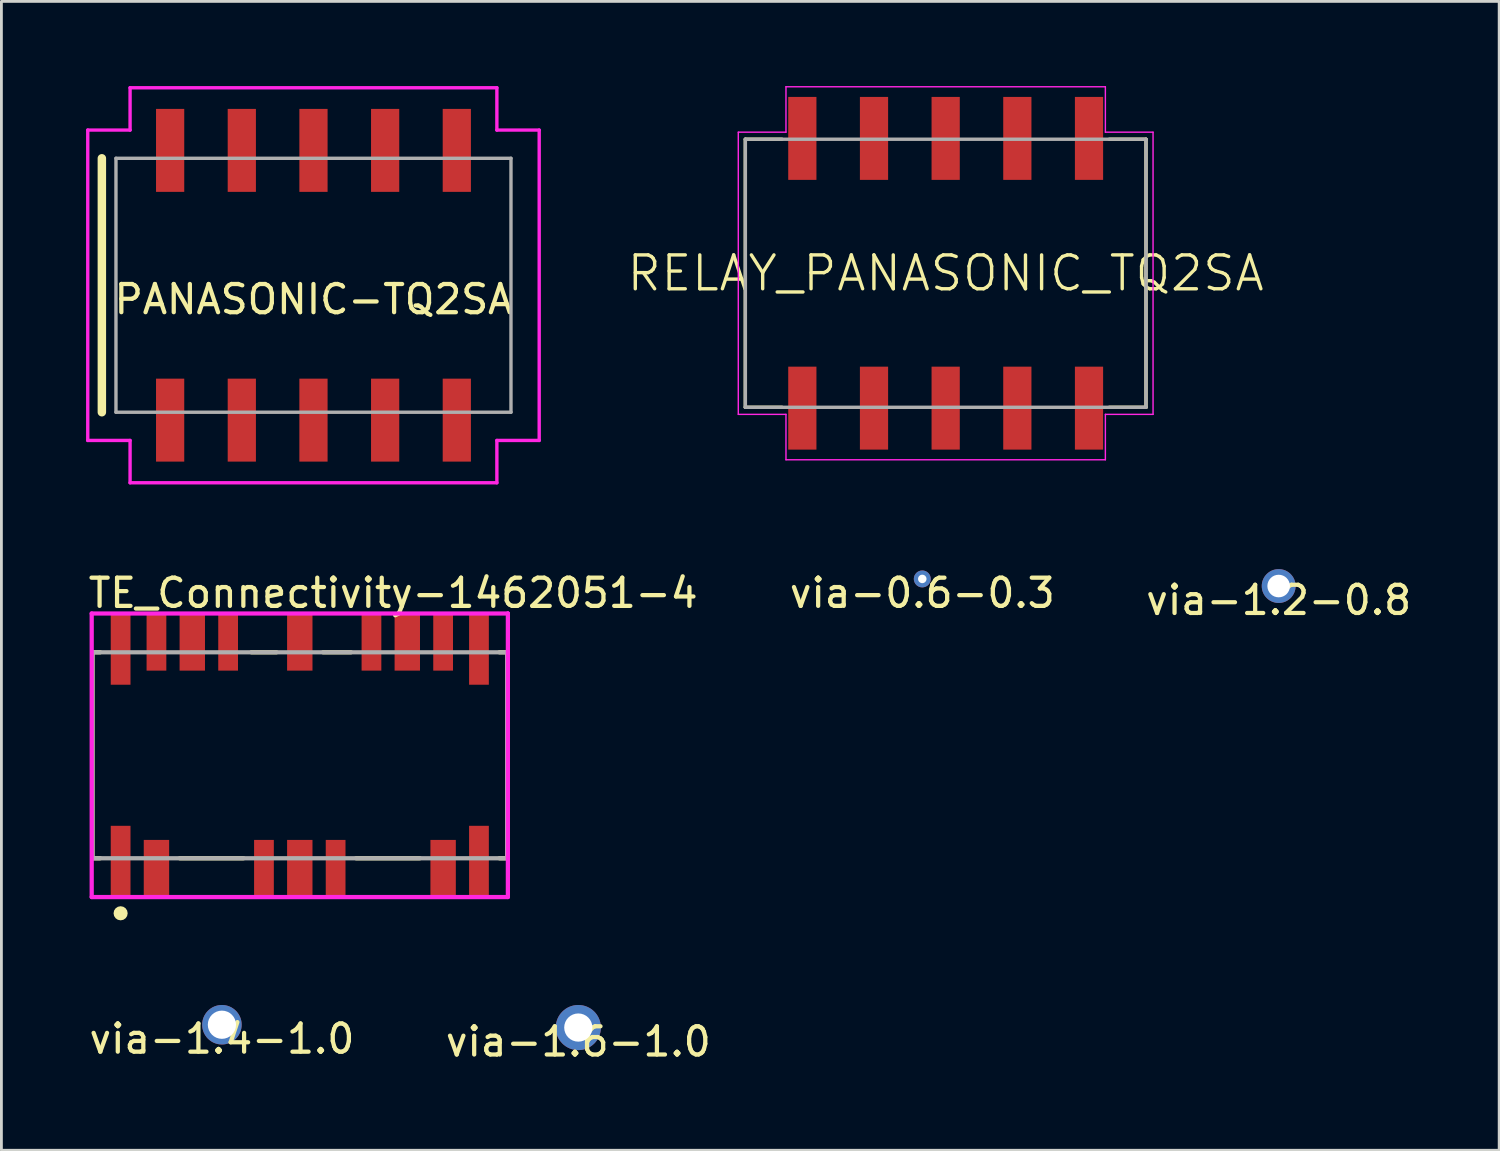
<source format=kicad_pcb>
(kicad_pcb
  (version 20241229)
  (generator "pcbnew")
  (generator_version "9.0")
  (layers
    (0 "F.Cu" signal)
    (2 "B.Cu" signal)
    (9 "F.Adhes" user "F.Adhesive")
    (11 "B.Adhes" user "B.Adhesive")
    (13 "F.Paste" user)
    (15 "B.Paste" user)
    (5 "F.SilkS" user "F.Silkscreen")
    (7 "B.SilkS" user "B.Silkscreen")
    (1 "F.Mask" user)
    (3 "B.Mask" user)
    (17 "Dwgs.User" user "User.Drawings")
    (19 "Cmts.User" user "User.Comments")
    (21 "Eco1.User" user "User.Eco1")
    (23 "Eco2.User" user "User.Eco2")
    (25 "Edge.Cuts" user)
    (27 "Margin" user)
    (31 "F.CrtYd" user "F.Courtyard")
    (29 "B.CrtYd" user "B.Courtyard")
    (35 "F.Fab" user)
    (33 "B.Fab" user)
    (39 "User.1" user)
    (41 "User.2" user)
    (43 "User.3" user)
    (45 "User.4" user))
  (footprint "via-1.6-1.0"
    (layer "F.Cu")
    (at 17.446 33.368)
    (property "Reference" "via-1.6-1.0" (at 0 0.5 0) (layer "F.SilkS") (effects (font (size 1 1) (thickness 0.15))))
    (attr through_hole)
    (pad "1" thru_hole circle (at 0 0) (size 1.6 1.6) (drill 1) (layers "*.Cu" "*.Mask")))
  (footprint "via-0.6-0.3"
    (layer "F.Cu")
    (at 29.637 17.468)
    (property "Reference" "via-0.6-0.3" (at 0 0.5 0) (layer "F.SilkS") (effects (font (size 1 1) (thickness 0.15))))
    (attr through_hole)
    (pad "1" thru_hole circle (at 0 0) (size 0.6 0.6) (drill 0.3) (layers "*.Cu" "*.Mask")))
  (footprint "via-1.2-0.8"
    (layer "F.Cu")
    (at 42.268 17.72)
    (property "Reference" "via-1.2-0.8" (at 0 0.5 0) (layer "F.SilkS") (effects (font (size 1 1) (thickness 0.15))))
    (attr through_hole)
    (pad "1" thru_hole circle (at 0 0) (size 1.2 1.2) (drill 0.8) (layers "*.Cu" "*.Mask")))
  (footprint "TE_Connectivity-1462051-4"
    (layer "F.Cu")
    (at 7.575 23.718)
    (property "Reference" "TE_Connectivity-1462051-4" (at -7.575 -5.75 0) (layer "F.SilkS") (effects (font (size 1 1) (thickness 0.15)) (justify left)))
    (attr through_hole)
    (fp_line (start -7.35 -3.65) (end -7.075 -3.65) (stroke (width 0.15) (type solid)) (layer "F.SilkS"))
    (fp_line (start -7.35 3.65) (end -7.35 -3.65) (stroke (width 0.15) (type solid)) (layer "F.SilkS"))
    (fp_line (start -7.35 3.65) (end -7.075 3.65) (stroke (width 0.15) (type solid)) (layer "F.SilkS"))
    (fp_line (start -4.255 3.65) (end -1.995 3.65) (stroke (width 0.15) (type solid)) (layer "F.SilkS"))
    (fp_line (start -1.715 -3.65) (end -0.825 -3.65) (stroke (width 0.15) (type solid)) (layer "F.SilkS"))
    (fp_line (start 0.825 -3.65) (end 1.815 -3.65) (stroke (width 0.15) (type solid)) (layer "F.SilkS"))
    (fp_line (start 1.995 3.65) (end 4.255 3.65) (stroke (width 0.15) (type solid)) (layer "F.SilkS"))
    (fp_line (start 7.075 -3.65) (end 7.35 -3.65) (stroke (width 0.15) (type solid)) (layer "F.SilkS"))
    (fp_line (start 7.075 3.65) (end 7.35 3.65) (stroke (width 0.15) (type solid)) (layer "F.SilkS"))
    (fp_line (start 7.35 3.65) (end 7.35 -3.65) (stroke (width 0.15) (type solid)) (layer "F.SilkS"))
    (fp_circle (center -6.35 5.6) (end -6.225 5.6) (stroke (width 0.25) (type solid)) (fill no) (layer "F.SilkS"))
    (fp_line (start -7.375 -5.025) (end -7.375 5.025) (stroke (width 0.15) (type solid)) (layer "F.CrtYd"))
    (fp_line (start -7.375 5.025) (end 7.375 5.025) (stroke (width 0.15) (type solid)) (layer "F.CrtYd"))
    (fp_line (start 7.375 -5.025) (end -7.375 -5.025) (stroke (width 0.15) (type solid)) (layer "F.CrtYd"))
    (fp_line (start 7.375 -5.025) (end 7.375 -5.025) (stroke (width 0.15) (type solid)) (layer "F.CrtYd"))
    (fp_line (start 7.375 5.025) (end 7.375 -5.025) (stroke (width 0.15) (type solid)) (layer "F.CrtYd"))
    (fp_line (start -7.35 -3.65) (end 7.35 -3.65) (stroke (width 0.15) (type solid)) (layer "F.Fab"))
    (fp_line (start -7.35 3.65) (end -7.35 -3.65) (stroke (width 0.15) (type solid)) (layer "F.Fab"))
    (fp_line (start 7.35 -3.65) (end 7.35 3.65) (stroke (width 0.15) (type solid)) (layer "F.Fab"))
    (fp_line (start 7.35 3.65) (end -7.35 3.65) (stroke (width 0.15) (type solid)) (layer "F.Fab"))
    (pad "1" smd rect (at -6.35 3.75) (size 0.7 2.5) (layers "F.Cu" "F.Mask" "F.Paste"))
    (pad "2" smd rect (at -5.08 4) (size 0.9 2) (layers "F.Cu" "F.Mask" "F.Paste"))
    (pad "5" smd rect (at -1.27 4) (size 0.7 2) (layers "F.Cu" "F.Mask" "F.Paste"))
    (pad "6" smd rect (at 0 4) (size 0.9 2) (layers "F.Cu" "F.Mask" "F.Paste"))
    (pad "7" smd rect (at 1.27 4) (size 0.7 2) (layers "F.Cu" "F.Mask" "F.Paste"))
    (pad "10" smd rect (at 5.08 4) (size 0.9 2) (layers "F.Cu" "F.Mask" "F.Paste"))
    (pad "11" smd rect (at 6.35 3.75) (size 0.7 2.5) (layers "F.Cu" "F.Mask" "F.Paste"))
    (pad "12" smd rect (at 6.35 -3.75) (size 0.7 2.5) (layers "F.Cu" "F.Mask" "F.Paste"))
    (pad "13" smd rect (at 5.08 -4) (size 0.7 2) (layers "F.Cu" "F.Mask" "F.Paste"))
    (pad "14" smd rect (at 3.81 -4) (size 0.9 2) (layers "F.Cu" "F.Mask" "F.Paste"))
    (pad "15" smd rect (at 2.54 -4) (size 0.7 2) (layers "F.Cu" "F.Mask" "F.Paste"))
    (pad "17" smd rect (at 0 -4) (size 0.9 2) (layers "F.Cu" "F.Mask" "F.Paste"))
    (pad "19" smd rect (at -2.54 -4) (size 0.7 2) (layers "F.Cu" "F.Mask" "F.Paste"))
    (pad "20" smd rect (at -3.81 -4) (size 0.9 2) (layers "F.Cu" "F.Mask" "F.Paste"))
    (pad "21" smd rect (at -5.08 -4) (size 0.7 2) (layers "F.Cu" "F.Mask" "F.Paste"))
    (pad "22" smd rect (at -6.35 -3.75) (size 0.7 2.5) (layers "F.Cu" "F.Mask" "F.Paste")))
  (footprint "RELAY_PANASONIC_TQ2SA"
    (layer "F.Cu")
    (at 30.466 6.635)
    (property "Reference" "RELAY_PANASONIC_TQ2SA" (at 0 0 0) (layer "F.SilkS") (effects (font (size 1.2 1.2) (thickness 0.12))))
    (attr smd)
    (fp_line (start -7.1 -4.75) (end -5.8 -4.75) (stroke (width 0.12) (type solid)) (layer "F.SilkS"))
    (fp_line (start -7.1 4.75) (end -7.1 -4.75) (stroke (width 0.12) (type solid)) (layer "F.SilkS"))
    (fp_line (start -5.8 4.75) (end -7.1 4.75) (stroke (width 0.12) (type solid)) (layer "F.SilkS"))
    (fp_line (start 5.8 4.75) (end 7.1 4.75) (stroke (width 0.12) (type solid)) (layer "F.SilkS"))
    (fp_line (start 7.1 -4.75) (end 5.8 -4.75) (stroke (width 0.12) (type solid)) (layer "F.SilkS"))
    (fp_line (start 7.1 4.75) (end 7.1 -4.75) (stroke (width 0.12) (type solid)) (layer "F.SilkS"))
    (fp_line (start -7.35 -5) (end -7.35 5) (stroke (width 0.05) (type solid)) (layer "F.CrtYd"))
    (fp_line (start -7.35 5) (end -5.66 5) (stroke (width 0.05) (type solid)) (layer "F.CrtYd"))
    (fp_line (start -5.66 -6.61) (end -5.66 -5) (stroke (width 0.05) (type solid)) (layer "F.CrtYd"))
    (fp_line (start -5.66 -5) (end -7.35 -5) (stroke (width 0.05) (type solid)) (layer "F.CrtYd"))
    (fp_line (start -5.66 5) (end -5.66 6.61) (stroke (width 0.05) (type solid)) (layer "F.CrtYd"))
    (fp_line (start -5.66 6.61) (end 5.66 6.61) (stroke (width 0.05) (type solid)) (layer "F.CrtYd"))
    (fp_line (start 5.66 -6.61) (end -5.66 -6.61) (stroke (width 0.05) (type solid)) (layer "F.CrtYd"))
    (fp_line (start 5.66 -5) (end 5.66 -6.61) (stroke (width 0.05) (type solid)) (layer "F.CrtYd"))
    (fp_line (start 5.66 5) (end 7.35 5) (stroke (width 0.05) (type solid)) (layer "F.CrtYd"))
    (fp_line (start 5.66 6.61) (end 5.66 5) (stroke (width 0.05) (type solid)) (layer "F.CrtYd"))
    (fp_line (start 7.35 -5) (end 5.66 -5) (stroke (width 0.05) (type solid)) (layer "F.CrtYd"))
    (fp_line (start 7.35 5) (end 7.35 -5) (stroke (width 0.05) (type solid)) (layer "F.CrtYd"))
    (fp_line (start -7.1 -4.75) (end 7.1 -4.75) (stroke (width 0.12) (type solid)) (layer "F.Fab"))
    (fp_line (start -7.1 4.75) (end -7.1 -4.75) (stroke (width 0.12) (type solid)) (layer "F.Fab"))
    (fp_line (start 7.1 -4.75) (end 7.1 4.75) (stroke (width 0.12) (type solid)) (layer "F.Fab"))
    (fp_line (start 7.1 4.75) (end -7.1 4.75) (stroke (width 0.12) (type solid)) (layer "F.Fab"))
    (pad "1" smd rect (at -5.08 4.78 90) (size 2.94 1) (layers "F.Cu" "F.Mask" "F.Paste"))
    (pad "2" smd rect (at -2.54 4.78 90) (size 2.94 1) (layers "F.Cu" "F.Mask" "F.Paste"))
    (pad "3" smd rect (at 0 4.78 90) (size 2.94 1) (layers "F.Cu" "F.Mask" "F.Paste"))
    (pad "4" smd rect (at 2.54 4.78 90) (size 2.94 1) (layers "F.Cu" "F.Mask" "F.Paste"))
    (pad "5" smd rect (at 5.08 4.78 90) (size 2.94 1) (layers "F.Cu" "F.Mask" "F.Paste"))
    (pad "6" smd rect (at 5.08 -4.78 90) (size 2.94 1) (layers "F.Cu" "F.Mask" "F.Paste"))
    (pad "7" smd rect (at 2.54 -4.78 90) (size 2.94 1) (layers "F.Cu" "F.Mask" "F.Paste"))
    (pad "8" smd rect (at 0 -4.78 90) (size 2.94 1) (layers "F.Cu" "F.Mask" "F.Paste"))
    (pad "9" smd rect (at -2.54 -4.78 90) (size 2.94 1) (layers "F.Cu" "F.Mask" "F.Paste"))
    (pad "10" smd rect (at -5.08 -4.78 90) (size 2.94 1) (layers "F.Cu" "F.Mask" "F.Paste")))
  (footprint "via-1.4-1.0"
    (layer "F.Cu")
    (at 4.815 33.268)
    (property "Reference" "via-1.4-1.0" (at 0 0.5 0) (layer "F.SilkS") (effects (font (size 1 1) (thickness 0.15))))
    (attr through_hole)
    (pad "1" thru_hole circle (at 0 0) (size 1.4 1.4) (drill 1) (layers "*.Cu" "*.Mask")))
  (footprint "PANASONIC-TQ2SA"
    (layer "F.Cu")
    (at 8.06 7.06)
    (property "Reference" "PANASONIC-TQ2SA" (at 0 0.5 0) (layer "F.SilkS") (effects (font (size 1 1) (thickness 0.15))))
    (attr through_hole)
    (fp_line (start -7.5 -4.5) (end -7.5 4.5) (stroke (width 0.3) (type solid)) (layer "F.SilkS"))
    (fp_line (start -8 -5.5) (end -8 5.5) (stroke (width 0.12) (type solid)) (layer "F.CrtYd"))
    (fp_line (start -8 -5.5) (end -6.5 -5.5) (stroke (width 0.12) (type solid)) (layer "F.CrtYd"))
    (fp_line (start -8 5.5) (end -6.5 5.5) (stroke (width 0.12) (type solid)) (layer "F.CrtYd"))
    (fp_line (start -6.5 -5.5) (end -6.5 -7) (stroke (width 0.12) (type solid)) (layer "F.CrtYd"))
    (fp_line (start -6.5 5.5) (end -6.5 7) (stroke (width 0.12) (type solid)) (layer "F.CrtYd"))
    (fp_line (start -6.5 7) (end 6.5 7) (stroke (width 0.12) (type solid)) (layer "F.CrtYd"))
    (fp_line (start 6.5 -7) (end -6.5 -7) (stroke (width 0.12) (type solid)) (layer "F.CrtYd"))
    (fp_line (start 6.5 -7) (end 6.5 -5.5) (stroke (width 0.12) (type solid)) (layer "F.CrtYd"))
    (fp_line (start 6.5 -5.5) (end 8 -5.5) (stroke (width 0.12) (type solid)) (layer "F.CrtYd"))
    (fp_line (start 6.5 5.5) (end 6.5 7) (stroke (width 0.12) (type solid)) (layer "F.CrtYd"))
    (fp_line (start 8 5.5) (end 6.5 5.5) (stroke (width 0.12) (type solid)) (layer "F.CrtYd"))
    (fp_line (start 8 5.5) (end 8 -5.5) (stroke (width 0.12) (type solid)) (layer "F.CrtYd"))
    (fp_line (start -7 -4.5) (end 7 -4.5) (stroke (width 0.12) (type solid)) (layer "F.Fab"))
    (fp_line (start -7 4.5) (end -7 -4.5) (stroke (width 0.12) (type solid)) (layer "F.Fab"))
    (fp_line (start 7 -4.5) (end 7 4.5) (stroke (width 0.12) (type solid)) (layer "F.Fab"))
    (fp_line (start 7 4.5) (end -7 4.5) (stroke (width 0.12) (type solid)) (layer "F.Fab"))
    (pad "1" smd rect (at -5.08 4.78) (size 1 2.94) (layers "F.Cu" "F.Mask" "F.Paste"))
    (pad "2" smd rect (at -2.54 4.78) (size 1 2.94) (layers "F.Cu" "F.Mask" "F.Paste"))
    (pad "3" smd rect (at 0 4.78) (size 1 2.94) (layers "F.Cu" "F.Mask" "F.Paste"))
    (pad "4" smd rect (at 2.54 4.78) (size 1 2.94) (layers "F.Cu" "F.Mask" "F.Paste"))
    (pad "5" smd rect (at 5.08 4.78) (size 1 2.94) (layers "F.Cu" "F.Mask" "F.Paste"))
    (pad "6" smd rect (at 5.08 -4.78) (size 1 2.94) (layers "F.Cu" "F.Mask" "F.Paste"))
    (pad "7" smd rect (at 2.54 -4.78) (size 1 2.94) (layers "F.Cu" "F.Mask" "F.Paste"))
    (pad "8" smd rect (at 0 -4.78) (size 1 2.94) (layers "F.Cu" "F.Mask" "F.Paste"))
    (pad "9" smd rect (at -2.54 -4.78) (size 1 2.94) (layers "F.Cu" "F.Mask" "F.Paste"))
    (pad "10" smd rect (at -5.08 -4.78) (size 1 2.94) (layers "F.Cu" "F.Mask" "F.Paste")))
  (gr_rect
    (start -3 -3)
    (end 50.083 37.717)
    (stroke (width 0.1) (type default))
    (fill no)
    (layer "Edge.Cuts")))
</source>
